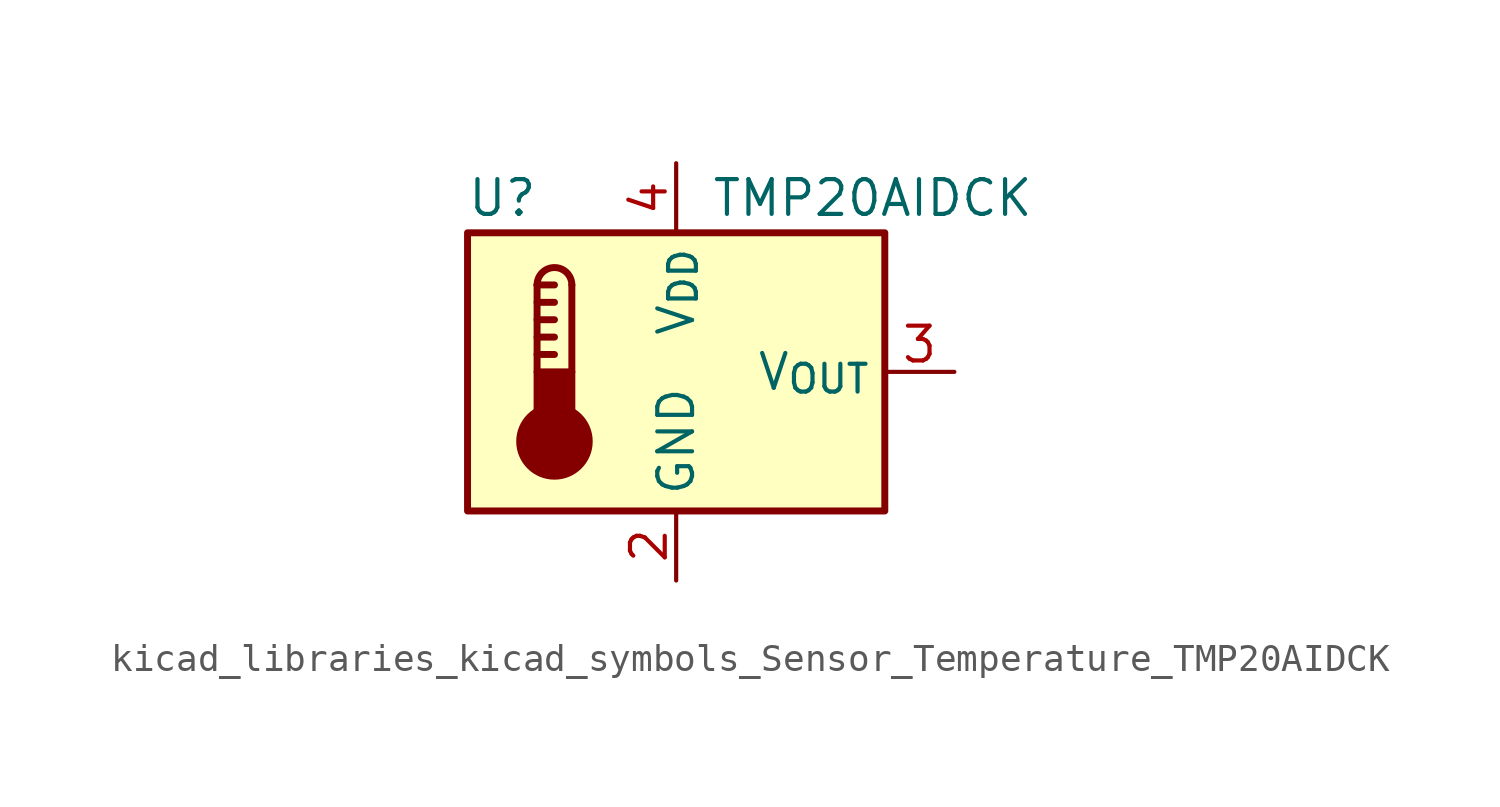
<source format=kicad_sym>
(kicad_symbol_lib
  (version 20220914)
  (generator kicad_symbol_editor)
  (symbol "kicad_libraries_kicad_symbols_Sensor_Temperature_TMP20AIDCK"
    (property "Reference" "U"
      (at -6.35 6.35 0)
      (effects (font (size 1.27 1.27))))
    (property "Value" "TMP20AIDCK"
      (at 1.27 6.35 0)
      (effects (font (size 1.27 1.27)) (justify left)))
    (symbol "kicad_libraries_kicad_symbols_Sensor_Temperature_TMP20AIDCK_0_1"
      (rectangle (start -7.62 5.08) (end 7.62 -5.08) (stroke (width 0.254) (type default)) (fill (type background)))
      (circle (center -4.445 -2.54) (radius 1.27) (stroke (width 0.254) (type default)) (fill (type outline)))
      (rectangle (start -3.81 -1.905) (end -5.08 0) (stroke (width 0.254) (type default)) (fill (type outline)))
      (arc (start -3.81 3.175) (mid -4.445 3.8073) (end -5.08 3.175) (stroke (width 0.254) (type default)) (fill (type none)))
      (polyline (pts (xy -5.08 0.635) (xy -4.445 0.635)) (stroke (width 0.254) (type default)) (fill (type none)))
      (polyline (pts (xy -5.08 1.27) (xy -4.445 1.27)) (stroke (width 0.254) (type default)) (fill (type none)))
      (polyline (pts (xy -5.08 1.905) (xy -4.445 1.905)) (stroke (width 0.254) (type default)) (fill (type none)))
      (polyline (pts (xy -5.08 2.54) (xy -4.445 2.54)) (stroke (width 0.254) (type default)) (fill (type none)))
      (polyline (pts (xy -5.08 3.175) (xy -5.08 0)) (stroke (width 0.254) (type default)) (fill (type none)))
      (polyline (pts (xy -5.08 3.175) (xy -4.445 3.175)) (stroke (width 0.254) (type default)) (fill (type none)))
      (polyline (pts (xy -3.81 3.175) (xy -3.81 0)) (stroke (width 0.254) (type default)) (fill (type none))))
    (symbol "kicad_libraries_kicad_symbols_Sensor_Temperature_TMP20AIDCK_1_1"
      (pin no_connect line (at 10.16 -2.54 180) (length 2.54) hide (name "NC" (effects (font (size 1.27 1.27)))) (number "1" (effects (font (size 1.27 1.27)))))
      (pin power_in line (at 0 -7.62 90) (length 2.54) (name "GND" (effects (font (size 1.27 1.27)))) (number "2" (effects (font (size 1.27 1.27)))))
      (pin output line (at 10.16 0 180) (length 2.54) (name "V_{OUT}" (effects (font (size 1.27 1.27)))) (number "3" (effects (font (size 1.27 1.27)))))
      (pin power_in line (at 0 7.62 270) (length 2.54) (name "V_{DD}" (effects (font (size 1.27 1.27)))) (number "4" (effects (font (size 1.27 1.27)))))
      (pin passive line (at 0 -7.62 90) (length 2.54) hide (name "GND" (effects (font (size 1.27 1.27)))) (number "5" (effects (font (size 1.27 1.27))))))))
</source>
